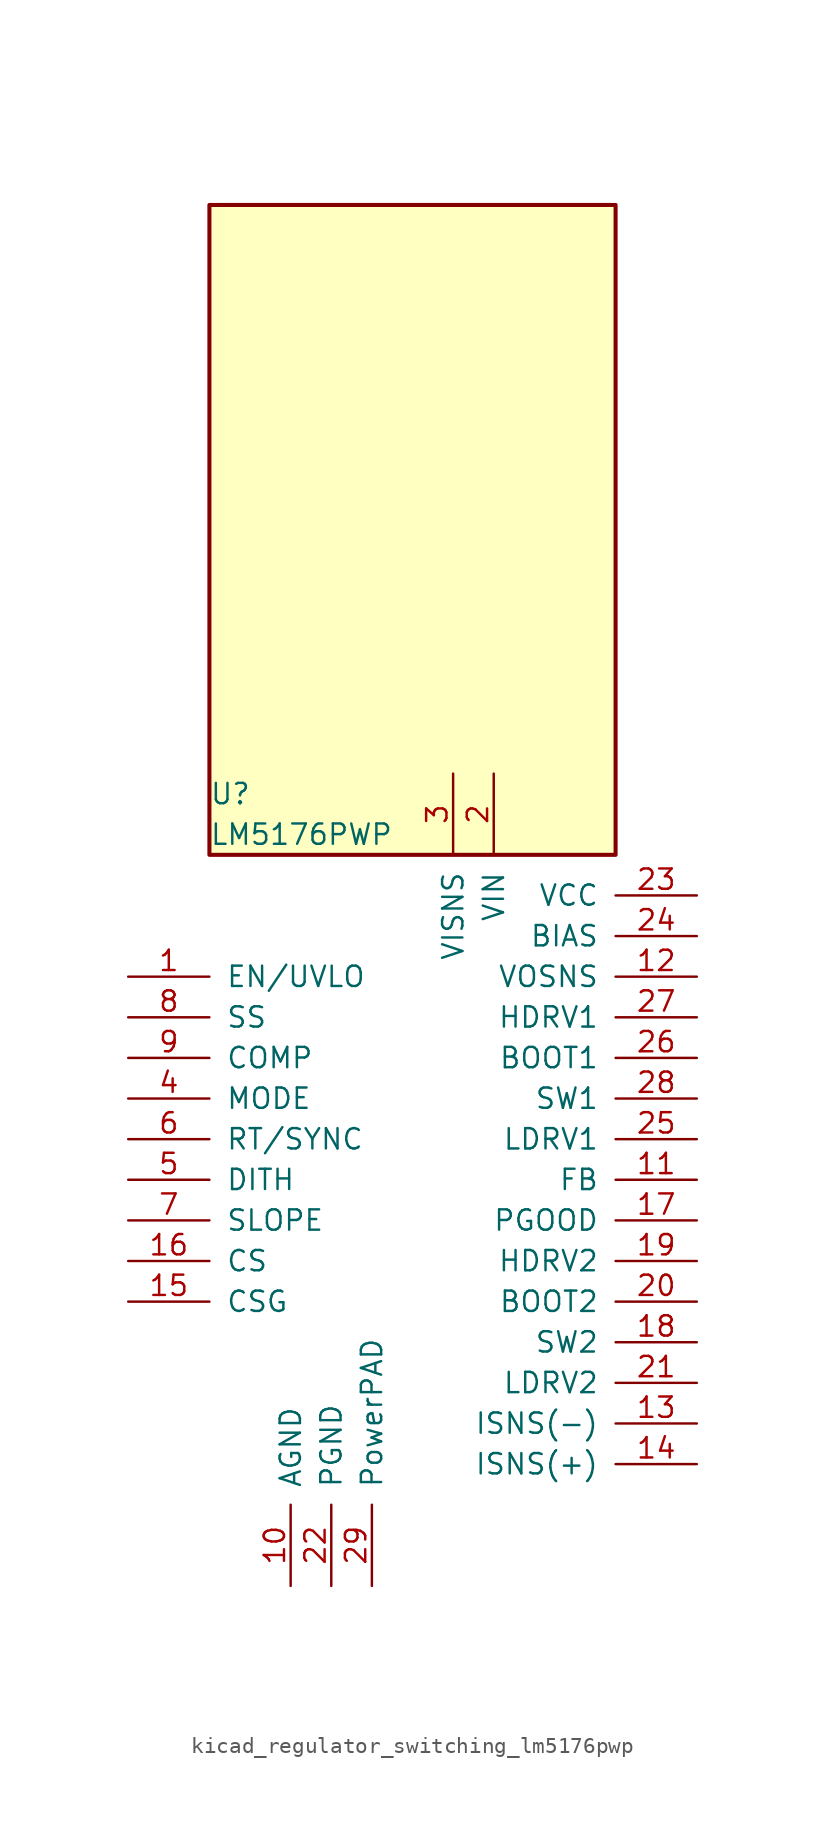
<source format=kicad_sym>
(kicad_symbol_lib
  (version 20220914)
  (generator kicad_symbol_editor)
  (symbol "kicad_regulator_switching_lm5176pwp"
    (pin_names
      (offset 1.016))
    (property "Reference" "U"
      (at -12.7 24.13 0)
      (effects (font (size 1.27 1.27)) (justify left)))
    (property "Value" "LM5176PWP"
      (at -12.7 21.59 0)
      (effects (font (size 1.27 1.27)) (justify left)))
    (symbol "kicad_regulator_switching_lm5176pwp_0_1"
      (rectangle (start 12.7 60.96) (end -12.7 20.32) (stroke (width 0.254) (type default)) (fill (type background))))
    (symbol "kicad_regulator_switching_lm5176pwp_1_1"
      (pin input line (at -17.78 12.7 0) (length 5.08) (name "EN/UVLO" (effects (font (size 1.27 1.27)))) (number "1" (effects (font (size 1.27 1.27)))))
      (pin power_in line (at -7.62 -25.4 90) (length 5.08) (name "AGND" (effects (font (size 1.27 1.27)))) (number "10" (effects (font (size 1.27 1.27)))))
      (pin input line (at 17.78 0 180) (length 5.08) (name "FB" (effects (font (size 1.27 1.27)))) (number "11" (effects (font (size 1.27 1.27)))))
      (pin output line (at 17.78 12.7 180) (length 5.08) (name "VOSNS" (effects (font (size 1.27 1.27)))) (number "12" (effects (font (size 1.27 1.27)))))
      (pin input line (at 17.78 -15.24 180) (length 5.08) (name "ISNS(-)" (effects (font (size 1.27 1.27)))) (number "13" (effects (font (size 1.27 1.27)))))
      (pin input line (at 17.78 -17.78 180) (length 5.08) (name "ISNS(+)" (effects (font (size 1.27 1.27)))) (number "14" (effects (font (size 1.27 1.27)))))
      (pin input line (at -17.78 -7.62 0) (length 5.08) (name "CSG" (effects (font (size 1.27 1.27)))) (number "15" (effects (font (size 1.27 1.27)))))
      (pin input line (at -17.78 -5.08 0) (length 5.08) (name "CS" (effects (font (size 1.27 1.27)))) (number "16" (effects (font (size 1.27 1.27)))))
      (pin output line (at 17.78 -2.54 180) (length 5.08) (name "PGOOD" (effects (font (size 1.27 1.27)))) (number "17" (effects (font (size 1.27 1.27)))))
      (pin output line (at 17.78 -10.16 180) (length 5.08) (name "SW2" (effects (font (size 1.27 1.27)))) (number "18" (effects (font (size 1.27 1.27)))))
      (pin output line (at 17.78 -5.08 180) (length 5.08) (name "HDRV2" (effects (font (size 1.27 1.27)))) (number "19" (effects (font (size 1.27 1.27)))))
      (pin power_in line (at 5.08 25.4 270) (length 5.08) (name "VIN" (effects (font (size 1.27 1.27)))) (number "2" (effects (font (size 1.27 1.27)))))
      (pin passive line (at 17.78 -7.62 180) (length 5.08) (name "BOOT2" (effects (font (size 1.27 1.27)))) (number "20" (effects (font (size 1.27 1.27)))))
      (pin output line (at 17.78 -12.7 180) (length 5.08) (name "LDRV2" (effects (font (size 1.27 1.27)))) (number "21" (effects (font (size 1.27 1.27)))))
      (pin power_in line (at -5.08 -25.4 90) (length 5.08) (name "PGND" (effects (font (size 1.27 1.27)))) (number "22" (effects (font (size 1.27 1.27)))))
      (pin power_in line (at 17.78 17.78 180) (length 5.08) (name "VCC" (effects (font (size 1.27 1.27)))) (number "23" (effects (font (size 1.27 1.27)))))
      (pin input line (at 17.78 15.24 180) (length 5.08) (name "BIAS" (effects (font (size 1.27 1.27)))) (number "24" (effects (font (size 1.27 1.27)))))
      (pin output line (at 17.78 2.54 180) (length 5.08) (name "LDRV1" (effects (font (size 1.27 1.27)))) (number "25" (effects (font (size 1.27 1.27)))))
      (pin passive line (at 17.78 7.62 180) (length 5.08) (name "BOOT1" (effects (font (size 1.27 1.27)))) (number "26" (effects (font (size 1.27 1.27)))))
      (pin output line (at 17.78 10.16 180) (length 5.08) (name "HDRV1" (effects (font (size 1.27 1.27)))) (number "27" (effects (font (size 1.27 1.27)))))
      (pin output line (at 17.78 5.08 180) (length 5.08) (name "SW1" (effects (font (size 1.27 1.27)))) (number "28" (effects (font (size 1.27 1.27)))))
      (pin input line (at -2.54 -25.4 90) (length 5.08) (name "PowerPAD" (effects (font (size 1.27 1.27)))) (number "29" (effects (font (size 1.27 1.27)))))
      (pin input line (at 2.54 25.4 270) (length 5.08) (name "VISNS" (effects (font (size 1.27 1.27)))) (number "3" (effects (font (size 1.27 1.27)))))
      (pin input line (at -17.78 5.08 0) (length 5.08) (name "MODE" (effects (font (size 1.27 1.27)))) (number "4" (effects (font (size 1.27 1.27)))))
      (pin passive line (at -17.78 0 0) (length 5.08) (name "DITH" (effects (font (size 1.27 1.27)))) (number "5" (effects (font (size 1.27 1.27)))))
      (pin input line (at -17.78 2.54 0) (length 5.08) (name "RT/SYNC" (effects (font (size 1.27 1.27)))) (number "6" (effects (font (size 1.27 1.27)))))
      (pin passive line (at -17.78 -2.54 0) (length 5.08) (name "SLOPE" (effects (font (size 1.27 1.27)))) (number "7" (effects (font (size 1.27 1.27)))))
      (pin passive line (at -17.78 10.16 0) (length 5.08) (name "SS" (effects (font (size 1.27 1.27)))) (number "8" (effects (font (size 1.27 1.27)))))
      (pin passive line (at -17.78 7.62 0) (length 5.08) (name "COMP" (effects (font (size 1.27 1.27)))) (number "9" (effects (font (size 1.27 1.27))))))))
</source>
